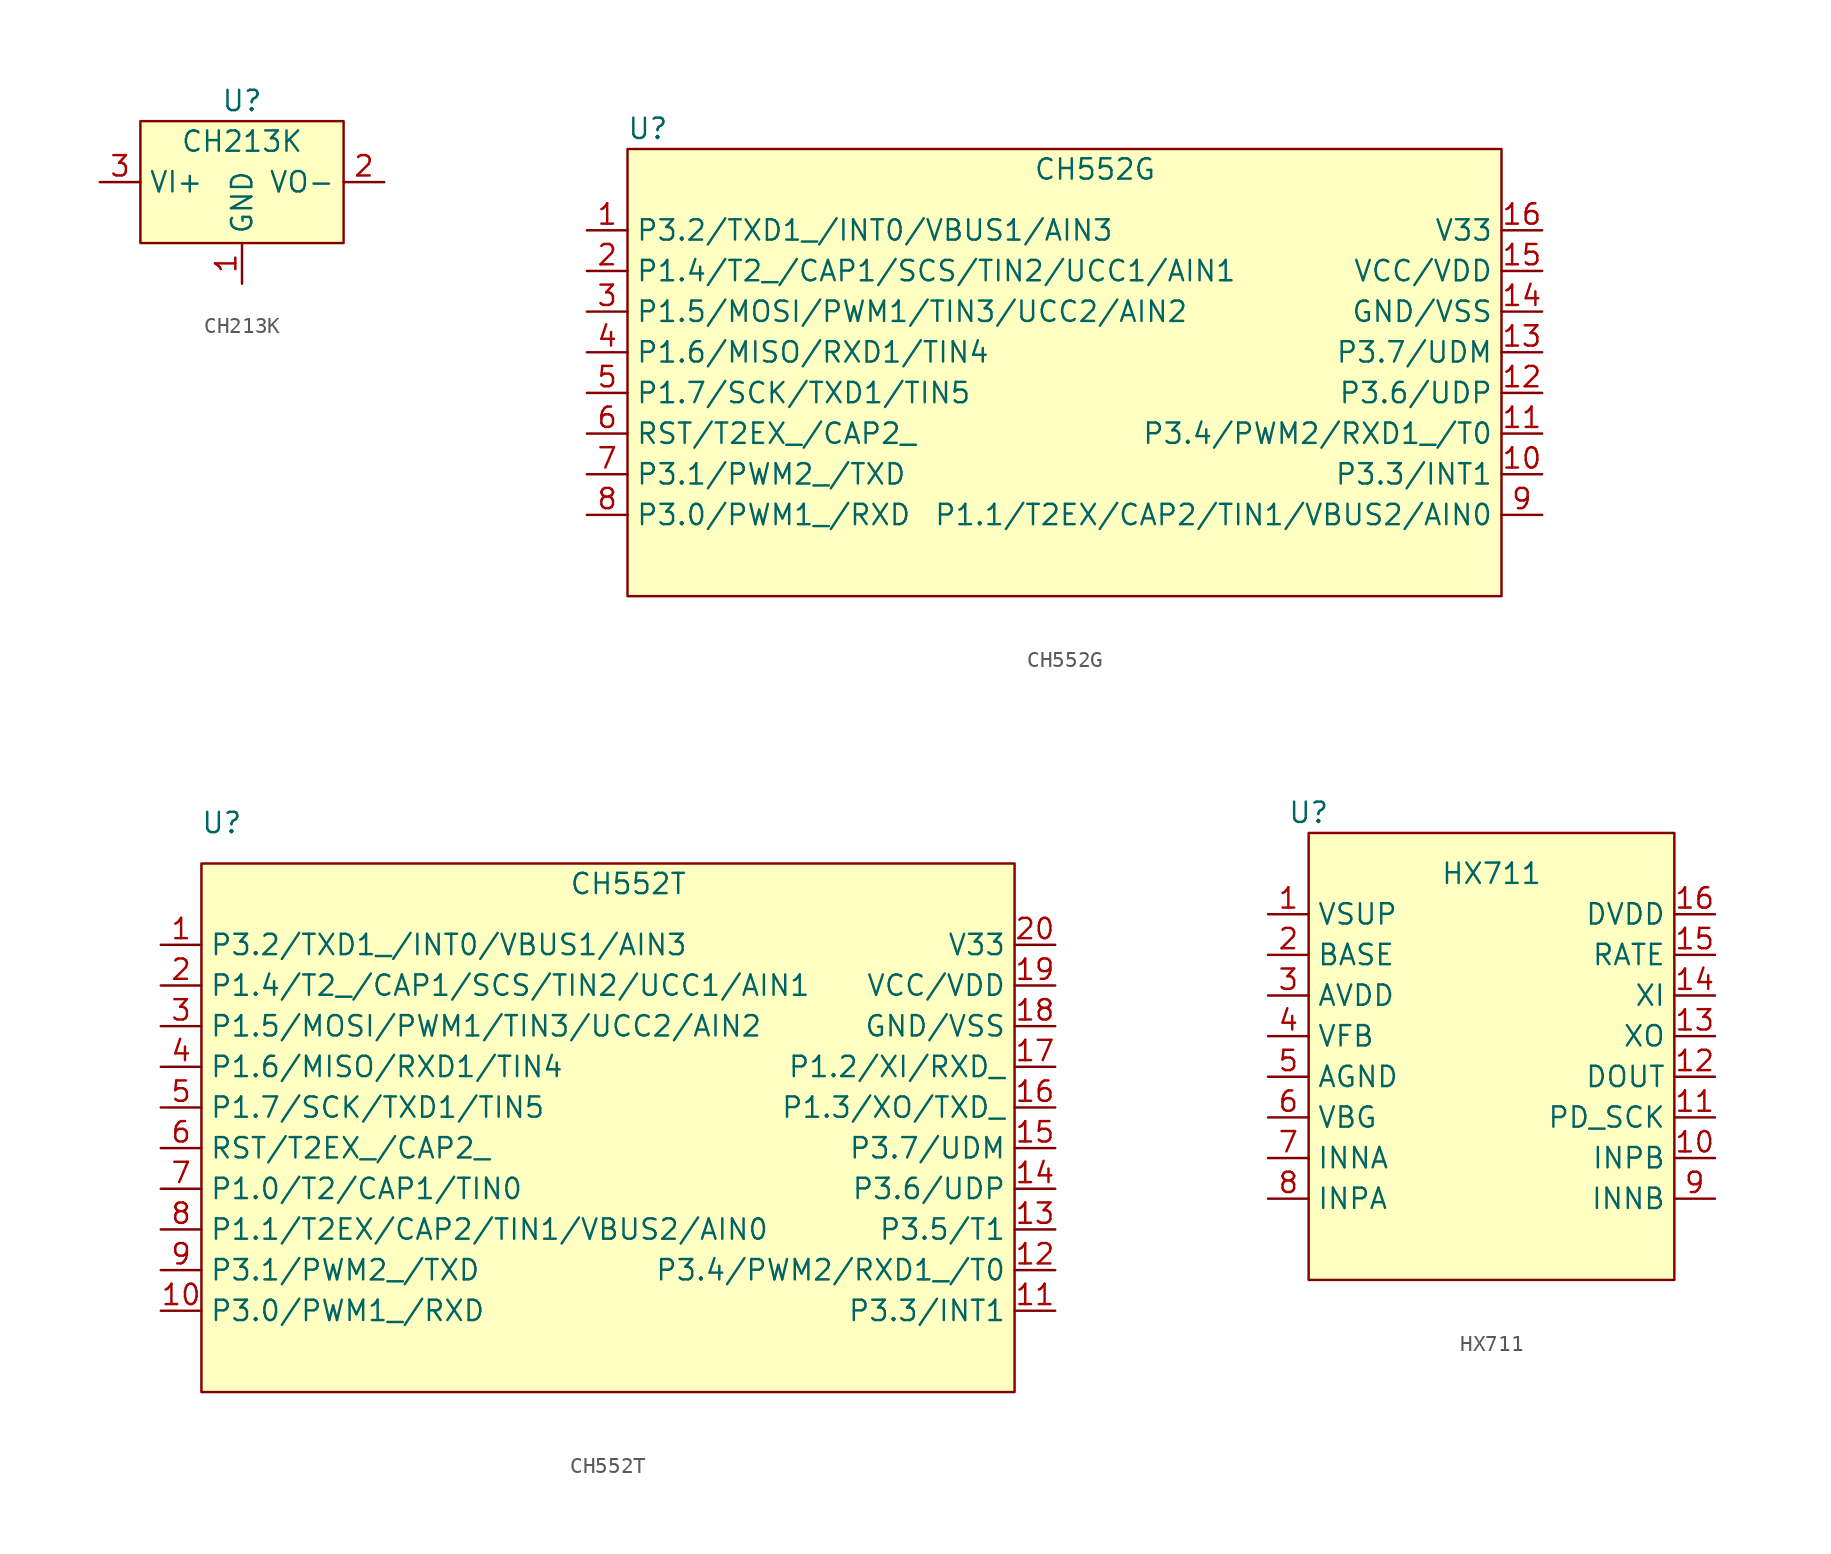
<source format=kicad_sym>
(kicad_symbol_lib
  (version 20211014)
  (generator kicad_symbol_editor)
  (symbol "CH213K"
    (property "Reference" "U"
      (at 6.35 5.08 0)
      (effects (font (size 1.27 1.27))))
    (property "Value" "CH213K"
      (at 6.35 2.54 0)
      (effects (font (size 1.27 1.27))))
    (symbol "CH213K_0_1"
      (rectangle (start 0 3.81) (end 12.7 -3.81) (stroke (width 0) (type default) (color 0 0 0 0)) (fill (type background))))
    (symbol "CH213K_1_1"
      (pin passive line (at 6.35 -6.35 90) (length 2.54) (name "GND" (effects (font (size 1.27 1.27)))) (number "1" (effects (font (size 1.27 1.27)))))
      (pin power_out line (at 15.24 0 180) (length 2.54) (name "VO-" (effects (font (size 1.27 1.27)))) (number "2" (effects (font (size 1.27 1.27)))))
      (pin power_in line (at -2.54 0 0) (length 2.54) (name "VI+" (effects (font (size 1.27 1.27)))) (number "3" (effects (font (size 1.27 1.27)))))))
  (symbol "CH552G"
    (property "Reference" "U"
      (at 3.81 6.35 0)
      (effects (font (size 1.27 1.27))))
    (property "Value" "CH552G"
      (at 31.75 3.81 0)
      (effects (font (size 1.27 1.27))))
    (symbol "CH552G_0_1"
      (rectangle (start 2.54 5.08) (end 57.15 -22.86) (stroke (width 0) (type default) (color 0 0 0 0)) (fill (type background))))
    (symbol "CH552G_1_1"
      (pin bidirectional line (at 0 0 0) (length 2.54) (name "P3.2/TXD1_/INT0/VBUS1/AIN3" (effects (font (size 1.27 1.27)))) (number "1" (effects (font (size 1.27 1.27)))))
      (pin bidirectional line (at 59.69 -15.24 180) (length 2.54) (name "P3.3/INT1" (effects (font (size 1.27 1.27)))) (number "10" (effects (font (size 1.27 1.27)))))
      (pin bidirectional line (at 59.69 -12.7 180) (length 2.54) (name "P3.4/PWM2/RXD1_/T0" (effects (font (size 1.27 1.27)))) (number "11" (effects (font (size 1.27 1.27)))))
      (pin bidirectional line (at 59.69 -10.16 180) (length 2.54) (name "P3.6/UDP" (effects (font (size 1.27 1.27)))) (number "12" (effects (font (size 1.27 1.27)))))
      (pin bidirectional line (at 59.69 -7.62 180) (length 2.54) (name "P3.7/UDM" (effects (font (size 1.27 1.27)))) (number "13" (effects (font (size 1.27 1.27)))))
      (pin power_in line (at 59.69 -5.08 180) (length 2.54) (name "GND/VSS" (effects (font (size 1.27 1.27)))) (number "14" (effects (font (size 1.27 1.27)))))
      (pin power_in line (at 59.69 -2.54 180) (length 2.54) (name "VCC/VDD" (effects (font (size 1.27 1.27)))) (number "15" (effects (font (size 1.27 1.27)))))
      (pin unspecified line (at 59.69 0 180) (length 2.54) (name "V33" (effects (font (size 1.27 1.27)))) (number "16" (effects (font (size 1.27 1.27)))))
      (pin bidirectional line (at 0 -2.54 0) (length 2.54) (name "P1.4/T2_/CAP1/SCS/TIN2/UCC1/AIN1" (effects (font (size 1.27 1.27)))) (number "2" (effects (font (size 1.27 1.27)))))
      (pin bidirectional line (at 0 -5.08 0) (length 2.54) (name "P1.5/MOSI/PWM1/TIN3/UCC2/AIN2" (effects (font (size 1.27 1.27)))) (number "3" (effects (font (size 1.27 1.27)))))
      (pin bidirectional line (at 0 -7.62 0) (length 2.54) (name "P1.6/MISO/RXD1/TIN4" (effects (font (size 1.27 1.27)))) (number "4" (effects (font (size 1.27 1.27)))))
      (pin bidirectional line (at 0 -10.16 0) (length 2.54) (name "P1.7/SCK/TXD1/TIN5" (effects (font (size 1.27 1.27)))) (number "5" (effects (font (size 1.27 1.27)))))
      (pin bidirectional line (at 0 -12.7 0) (length 2.54) (name "RST/T2EX_/CAP2_" (effects (font (size 1.27 1.27)))) (number "6" (effects (font (size 1.27 1.27)))))
      (pin bidirectional line (at 0 -15.24 0) (length 2.54) (name "P3.1/PWM2_/TXD" (effects (font (size 1.27 1.27)))) (number "7" (effects (font (size 1.27 1.27)))))
      (pin bidirectional line (at 0 -17.78 0) (length 2.54) (name "P3.0/PWM1_/RXD" (effects (font (size 1.27 1.27)))) (number "8" (effects (font (size 1.27 1.27)))))
      (pin bidirectional line (at 59.69 -17.78 180) (length 2.54) (name "P1.1/T2EX/CAP2/TIN1/VBUS2/AIN0" (effects (font (size 1.27 1.27)))) (number "9" (effects (font (size 1.27 1.27)))))))
  (symbol "CH552T"
    (property "Reference" "U"
      (at 3.81 7.62 0)
      (effects (font (size 1.27 1.27))))
    (property "Value" "CH552T"
      (at 29.21 3.81 0)
      (effects (font (size 1.27 1.27))))
    (symbol "CH552T_0_1"
      (rectangle (start 2.54 5.08) (end 53.34 -27.94) (stroke (width 0) (type default) (color 0 0 0 0)) (fill (type background))))
    (symbol "CH552T_1_1"
      (pin bidirectional line (at 0 0 0) (length 2.54) (name "P3.2/TXD1_/INT0/VBUS1/AIN3" (effects (font (size 1.27 1.27)))) (number "1" (effects (font (size 1.27 1.27)))))
      (pin bidirectional line (at 0 -22.86 0) (length 2.54) (name "P3.0/PWM1_/RXD" (effects (font (size 1.27 1.27)))) (number "10" (effects (font (size 1.27 1.27)))))
      (pin bidirectional line (at 55.88 -22.86 180) (length 2.54) (name "P3.3/INT1" (effects (font (size 1.27 1.27)))) (number "11" (effects (font (size 1.27 1.27)))))
      (pin bidirectional line (at 55.88 -20.32 180) (length 2.54) (name "P3.4/PWM2/RXD1_/T0" (effects (font (size 1.27 1.27)))) (number "12" (effects (font (size 1.27 1.27)))))
      (pin bidirectional line (at 55.88 -17.78 180) (length 2.54) (name "P3.5/T1" (effects (font (size 1.27 1.27)))) (number "13" (effects (font (size 1.27 1.27)))))
      (pin bidirectional line (at 55.88 -15.24 180) (length 2.54) (name "P3.6/UDP" (effects (font (size 1.27 1.27)))) (number "14" (effects (font (size 1.27 1.27)))))
      (pin bidirectional line (at 55.88 -12.7 180) (length 2.54) (name "P3.7/UDM" (effects (font (size 1.27 1.27)))) (number "15" (effects (font (size 1.27 1.27)))))
      (pin bidirectional line (at 55.88 -10.16 180) (length 2.54) (name "P1.3/XO/TXD_" (effects (font (size 1.27 1.27)))) (number "16" (effects (font (size 1.27 1.27)))))
      (pin bidirectional line (at 55.88 -7.62 180) (length 2.54) (name "P1.2/XI/RXD_" (effects (font (size 1.27 1.27)))) (number "17" (effects (font (size 1.27 1.27)))))
      (pin power_in line (at 55.88 -5.08 180) (length 2.54) (name "GND/VSS" (effects (font (size 1.27 1.27)))) (number "18" (effects (font (size 1.27 1.27)))))
      (pin power_in line (at 55.88 -2.54 180) (length 2.54) (name "VCC/VDD" (effects (font (size 1.27 1.27)))) (number "19" (effects (font (size 1.27 1.27)))))
      (pin bidirectional line (at 0 -2.54 0) (length 2.54) (name "P1.4/T2_/CAP1/SCS/TIN2/UCC1/AIN1" (effects (font (size 1.27 1.27)))) (number "2" (effects (font (size 1.27 1.27)))))
      (pin unspecified line (at 55.88 0 180) (length 2.54) (name "V33" (effects (font (size 1.27 1.27)))) (number "20" (effects (font (size 1.27 1.27)))))
      (pin bidirectional line (at 0 -5.08 0) (length 2.54) (name "P1.5/MOSI/PWM1/TIN3/UCC2/AIN2" (effects (font (size 1.27 1.27)))) (number "3" (effects (font (size 1.27 1.27)))))
      (pin bidirectional line (at 0 -7.62 0) (length 2.54) (name "P1.6/MISO/RXD1/TIN4" (effects (font (size 1.27 1.27)))) (number "4" (effects (font (size 1.27 1.27)))))
      (pin bidirectional line (at 0 -10.16 0) (length 2.54) (name "P1.7/SCK/TXD1/TIN5" (effects (font (size 1.27 1.27)))) (number "5" (effects (font (size 1.27 1.27)))))
      (pin bidirectional line (at 0 -12.7 0) (length 2.54) (name "RST/T2EX_/CAP2_" (effects (font (size 1.27 1.27)))) (number "6" (effects (font (size 1.27 1.27)))))
      (pin bidirectional line (at 0 -15.24 0) (length 2.54) (name "P1.0/T2/CAP1/TIN0" (effects (font (size 1.27 1.27)))) (number "7" (effects (font (size 1.27 1.27)))))
      (pin bidirectional line (at 0 -17.78 0) (length 2.54) (name "P1.1/T2EX/CAP2/TIN1/VBUS2/AIN0" (effects (font (size 1.27 1.27)))) (number "8" (effects (font (size 1.27 1.27)))))
      (pin bidirectional line (at 0 -20.32 0) (length 2.54) (name "P3.1/PWM2_/TXD" (effects (font (size 1.27 1.27)))) (number "9" (effects (font (size 1.27 1.27)))))))
  (symbol "HX711"
    (property "Reference" "U"
      (at 2.54 6.35 0)
      (effects (font (size 1.27 1.27))))
    (property "Value" "HX711"
      (at 13.97 2.54 0)
      (effects (font (size 1.27 1.27))))
    (symbol "HX711_0_1"
      (rectangle (start 2.54 5.08) (end 25.4 -22.86) (stroke (width 0) (type default) (color 0 0 0 0)) (fill (type background))))
    (symbol "HX711_1_1"
      (pin power_in line (at 0 0 0) (length 2.54) (name "VSUP" (effects (font (size 1.27 1.27)))) (number "1" (effects (font (size 1.27 1.27)))))
      (pin input line (at 27.94 -15.24 180) (length 2.54) (name "INPB" (effects (font (size 1.27 1.27)))) (number "10" (effects (font (size 1.27 1.27)))))
      (pin input line (at 27.94 -12.7 180) (length 2.54) (name "PD_SCK" (effects (font (size 1.27 1.27)))) (number "11" (effects (font (size 1.27 1.27)))))
      (pin output line (at 27.94 -10.16 180) (length 2.54) (name "DOUT" (effects (font (size 1.27 1.27)))) (number "12" (effects (font (size 1.27 1.27)))))
      (pin output line (at 27.94 -7.62 180) (length 2.54) (name "XO" (effects (font (size 1.27 1.27)))) (number "13" (effects (font (size 1.27 1.27)))))
      (pin input line (at 27.94 -5.08 180) (length 2.54) (name "XI" (effects (font (size 1.27 1.27)))) (number "14" (effects (font (size 1.27 1.27)))))
      (pin input line (at 27.94 -2.54 180) (length 2.54) (name "RATE" (effects (font (size 1.27 1.27)))) (number "15" (effects (font (size 1.27 1.27)))))
      (pin power_in line (at 27.94 0 180) (length 2.54) (name "DVDD" (effects (font (size 1.27 1.27)))) (number "16" (effects (font (size 1.27 1.27)))))
      (pin output line (at 0 -2.54 0) (length 2.54) (name "BASE" (effects (font (size 1.27 1.27)))) (number "2" (effects (font (size 1.27 1.27)))))
      (pin power_in line (at 0 -5.08 0) (length 2.54) (name "AVDD" (effects (font (size 1.27 1.27)))) (number "3" (effects (font (size 1.27 1.27)))))
      (pin input line (at 0 -7.62 0) (length 2.54) (name "VFB" (effects (font (size 1.27 1.27)))) (number "4" (effects (font (size 1.27 1.27)))))
      (pin passive line (at 0 -10.16 0) (length 2.54) (name "AGND" (effects (font (size 1.27 1.27)))) (number "5" (effects (font (size 1.27 1.27)))))
      (pin passive line (at 0 -12.7 0) (length 2.54) (name "VBG" (effects (font (size 1.27 1.27)))) (number "6" (effects (font (size 1.27 1.27)))))
      (pin input line (at 0 -15.24 0) (length 2.54) (name "INNA" (effects (font (size 1.27 1.27)))) (number "7" (effects (font (size 1.27 1.27)))))
      (pin input line (at 0 -17.78 0) (length 2.54) (name "INPA" (effects (font (size 1.27 1.27)))) (number "8" (effects (font (size 1.27 1.27)))))
      (pin input line (at 27.94 -17.78 180) (length 2.54) (name "INNB" (effects (font (size 1.27 1.27)))) (number "9" (effects (font (size 1.27 1.27))))))))
</source>
